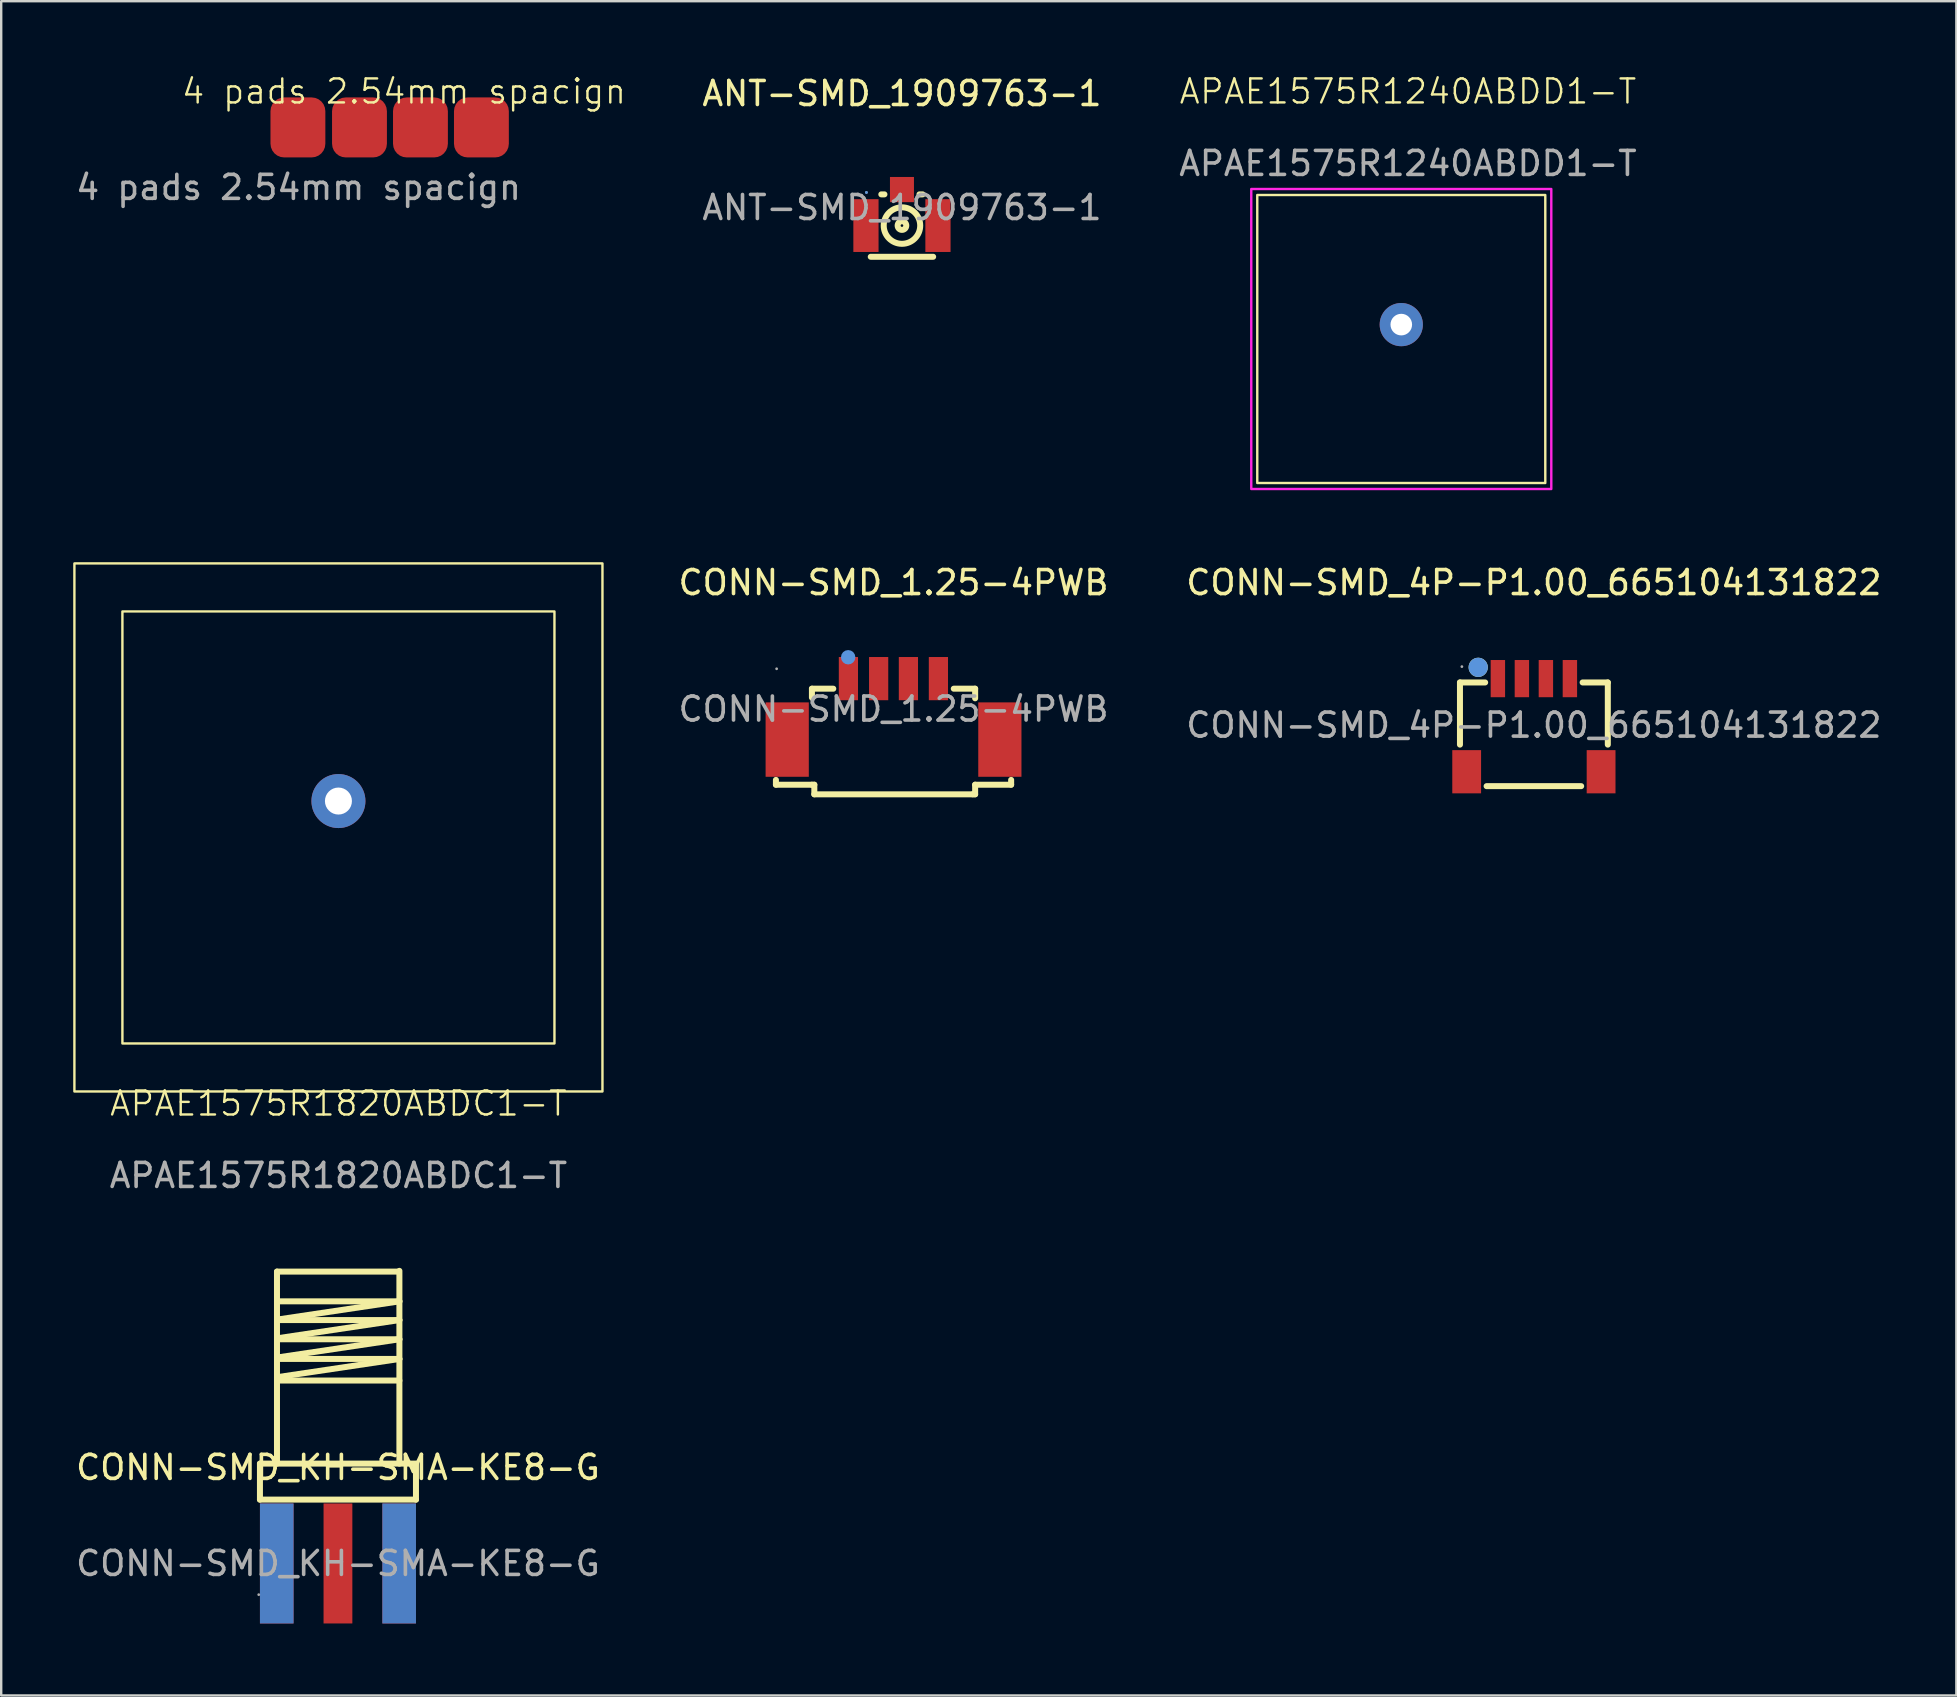
<source format=kicad_pcb>
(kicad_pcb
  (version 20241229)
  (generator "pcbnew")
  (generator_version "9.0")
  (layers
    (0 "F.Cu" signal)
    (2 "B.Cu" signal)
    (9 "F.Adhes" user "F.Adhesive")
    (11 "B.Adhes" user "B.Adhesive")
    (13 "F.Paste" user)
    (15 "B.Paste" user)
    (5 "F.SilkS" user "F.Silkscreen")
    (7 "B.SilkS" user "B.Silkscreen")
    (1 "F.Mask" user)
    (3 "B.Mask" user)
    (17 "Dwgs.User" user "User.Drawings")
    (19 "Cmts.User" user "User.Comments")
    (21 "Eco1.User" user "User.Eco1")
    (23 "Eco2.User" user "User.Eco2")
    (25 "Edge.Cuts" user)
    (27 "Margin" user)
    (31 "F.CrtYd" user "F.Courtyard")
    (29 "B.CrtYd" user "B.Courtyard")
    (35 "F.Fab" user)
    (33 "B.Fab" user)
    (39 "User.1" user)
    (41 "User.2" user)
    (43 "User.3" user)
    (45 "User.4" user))
  (footprint "CONN-SMD_1.25-4PWB"
    (layer "F.Cu")
    (at 34.177 26.493)
    (property "Reference" "CONN-SMD_1.25-4PWB" (at 0 -5.27 0) (layer "F.SilkS") (effects (font (size 1 1) (thickness 0.15))))
    (attr smd)
    (fp_line (start -4.9 2.95) (end -4.9 3.15) (stroke (width 0.25) (type solid)) (layer "F.SilkS"))
    (fp_line (start -4.9 3.15) (end -3.4 3.15) (stroke (width 0.25) (type solid)) (layer "F.SilkS"))
    (fp_line (start -3.4 -0.85) (end -2.51 -0.85) (stroke (width 0.25) (type solid)) (layer "F.SilkS"))
    (fp_line (start -3.4 -0.48) (end -3.4 -0.85) (stroke (width 0.25) (type solid)) (layer "F.SilkS"))
    (fp_line (start -3.4 3.15) (end -3.3 3.15) (stroke (width 0.25) (type solid)) (layer "F.SilkS"))
    (fp_line (start -3.3 3.15) (end -3.3 3.55) (stroke (width 0.25) (type solid)) (layer "F.SilkS"))
    (fp_line (start -3.3 3.55) (end 3.3 3.55) (stroke (width 0.25) (type solid)) (layer "F.SilkS"))
    (fp_line (start 2.51 -0.85) (end 3.4 -0.85) (stroke (width 0.25) (type solid)) (layer "F.SilkS"))
    (fp_line (start 3.3 3.55) (end 3.4 3.55) (stroke (width 0.25) (type solid)) (layer "F.SilkS"))
    (fp_line (start 3.4 -0.85) (end 3.4 -0.45) (stroke (width 0.25) (type solid)) (layer "F.SilkS"))
    (fp_line (start 3.4 3.15) (end 4.9 3.15) (stroke (width 0.25) (type solid)) (layer "F.SilkS"))
    (fp_line (start 3.4 3.55) (end 3.4 3.15) (stroke (width 0.25) (type solid)) (layer "F.SilkS"))
    (fp_line (start 4.9 3.15) (end 4.9 2.95) (stroke (width 0.25) (type solid)) (layer "F.SilkS"))
    (fp_circle (center -1.89 -2.16) (end -1.74 -2.16) (stroke (width 0.3) (type solid)) (fill no) (layer "Cmts.User"))
    (fp_circle (center -4.87 -1.68) (end -4.84 -1.68) (stroke (width 0.06) (type solid)) (fill no) (layer "F.Fab"))
    (fp_text user "${REFERENCE}" (at 0 0 0) (layer "F.Fab") (effects (font (size 1 1) (thickness 0.15))))
    (pad "1" smd rect (at -1.88 -1.27) (size 0.8 1.8) (layers "F.Cu" "F.Mask" "F.Paste"))
    (pad "2" smd rect (at -0.62 -1.27) (size 0.8 1.8) (layers "F.Cu" "F.Mask" "F.Paste"))
    (pad "3" smd rect (at 0.62 -1.27) (size 0.8 1.8) (layers "F.Cu" "F.Mask" "F.Paste"))
    (pad "4" smd rect (at 1.87 -1.27) (size 0.8 1.8) (layers "F.Cu" "F.Mask" "F.Paste"))
    (pad "5" smd rect (at -4.43 1.27) (size 1.8 3.1) (layers "F.Cu" "F.Mask" "F.Paste"))
    (pad "6" smd rect (at 4.43 1.27) (size 1.8 3.1) (layers "F.Cu" "F.Mask" "F.Paste")))
  (footprint "CONN-SMD_4P-P1.00_665104131822"
    (layer "F.Cu")
    (at 60.856 27.163)
    (property "Reference" "CONN-SMD_4P-P1.00_665104131822" (at 0 -5.94 0) (layer "F.SilkS") (effects (font (size 1 1) (thickness 0.15))))
    (attr through_hole)
    (fp_line (start -3.08 -1.78) (end -3.08 0.81) (stroke (width 0.25) (type solid)) (layer "F.SilkS"))
    (fp_line (start -2.03 -1.78) (end -3.08 -1.78) (stroke (width 0.25) (type solid)) (layer "F.SilkS"))
    (fp_line (start -1.97 2.54) (end 1.97 2.54) (stroke (width 0.25) (type solid)) (layer "F.SilkS"))
    (fp_line (start 3.08 -1.78) (end 2.03 -1.78) (stroke (width 0.25) (type solid)) (layer "F.SilkS"))
    (fp_line (start 3.08 0.81) (end 3.08 -1.78) (stroke (width 0.25) (type solid)) (layer "F.SilkS"))
    (fp_circle (center -2.32 -2.41) (end -2.12 -2.41) (stroke (width 0.4) (type solid)) (fill no) (layer "F.SilkS"))
    (fp_circle (center -2.32 -2.41) (end -2.12 -2.41) (stroke (width 0.4) (type solid)) (fill no) (layer "Cmts.User"))
    (fp_circle (center -3 -2.44) (end -2.97 -2.44) (stroke (width 0.06) (type solid)) (fill no) (layer "F.Fab"))
    (fp_text user "${REFERENCE}" (at 0 0 0) (layer "F.Fab") (effects (font (size 1 1) (thickness 0.15))))
    (pad "1" smd rect (at -1.5 -1.94) (size 0.6 1.55) (layers "F.Cu" "F.Mask" "F.Paste"))
    (pad "2" smd rect (at -0.5 -1.94) (size 0.6 1.55) (layers "F.Cu" "F.Mask" "F.Paste"))
    (pad "3" smd rect (at 0.5 -1.94) (size 0.6 1.55) (layers "F.Cu" "F.Mask" "F.Paste"))
    (pad "4" smd rect (at 1.5 -1.94) (size 0.6 1.55) (layers "F.Cu" "F.Mask" "F.Paste"))
    (pad "5" smd rect (at -2.8 1.94) (size 1.2 1.8) (layers "F.Cu" "F.Mask" "F.Paste"))
    (pad "6" smd rect (at 2.8 1.94) (size 1.2 1.8) (layers "F.Cu" "F.Mask" "F.Paste")))
  (footprint "APAE1575R1240ABDD1-T"
    (layer "F.Cu")
    (at 55.331 11.074)
    (property "Reference" "APAE1575R1240ABDD1-T" (at 0.279 -10.314 0) (unlocked yes) (layer "F.SilkS") (effects (font (size 1 1) (thickness 0.1))))
    (attr through_hole)
    (fp_rect (start -6 -6) (end 6 6) (stroke (width 0.1) (type default)) (fill no) (layer "F.SilkS"))
    (fp_rect (start -6.25 -6.25) (end 6.25 6.25) (stroke (width 0.1) (type default)) (fill no) (layer "F.CrtYd"))
    (fp_text user "${REFERENCE}" (at 0.279 -7.314 0) (unlocked yes) (layer "F.Fab") (effects (font (size 1 1) (thickness 0.15))))
    (pad "1" thru_hole circle (at 0 -0.6) (size 1.8 1.8) (drill 0.9) (layers "*.Cu" "*.Mask")))
  (footprint "4 pads 2.54mm spacign"
    (layer "F.Cu")
    (at 9.387 2.259)
    (property "Reference" "4 pads 2.54mm spacign" (at 4.394 -1.499 0) (unlocked yes) (layer "F.SilkS") (effects (font (size 1 1) (thickness 0.1))))
    (attr smd)
    (fp_text user "${REFERENCE}" (at 0 2.5 0) (unlocked yes) (layer "F.Fab") (effects (font (size 1 1) (thickness 0.15))))
    (pad "1" smd roundrect (at -0.025 0) (size 2.286 2.5) (layers "F.Cu" "F.Mask" "F.Paste") (roundrect_rratio 0.25))
    (pad "2" smd roundrect (at 2.54 0) (size 2.286 2.5) (layers "F.Cu" "F.Mask" "F.Paste") (roundrect_rratio 0.25))
    (pad "3" smd roundrect (at 5.08 0) (size 2.286 2.5) (layers "F.Cu" "F.Mask" "F.Paste") (roundrect_rratio 0.25))
    (pad "4" smd roundrect (at 7.62 0) (size 2.286 2.5) (layers "F.Cu" "F.Mask" "F.Paste") (roundrect_rratio 0.25)))
  (footprint "APAE1575R1820ABDC1-T"
    (layer "F.Cu")
    (at 11.05 31.424)
    (property "Reference" "APAE1575R1820ABDC1-T" (at 0 11.5 0) (unlocked yes) (layer "F.SilkS") (effects (font (size 1 1) (thickness 0.1))))
    (attr through_hole)
    (fp_rect (start -11 -11) (end 11 11) (stroke (width 0.1) (type default)) (fill no) (layer "F.SilkS"))
    (fp_rect (start -9 -9) (end 9 9) (stroke (width 0.1) (type default)) (fill no) (layer "F.SilkS"))
    (fp_text user "${REFERENCE}" (at 0 14.5 0) (unlocked yes) (layer "F.Fab") (effects (font (size 1 1) (thickness 0.15))))
    (pad "1" thru_hole circle (at 0 -1.1) (size 2.25 2.25) (drill 1.125) (layers "*.Cu" "*.Mask" "Eco2.User")))
  (footprint "CONN-SMD_KH-SMA-KE8-G"
    (layer "F.Cu")
    (at 11.03 62.088)
    (property "Reference" "CONN-SMD_KH-SMA-KE8-G" (at 0 -4 0) (layer "F.SilkS") (effects (font (size 1 1) (thickness 0.15))))
    (attr smd)
    (fp_line (start -3.25 -4.16) (end 3.18 -4.16) (stroke (width 0.25) (type solid)) (layer "F.SilkS"))
    (fp_line (start -3.25 -2.66) (end -3.25 -4.16) (stroke (width 0.25) (type solid)) (layer "F.SilkS"))
    (fp_line (start -3.25 -2.66) (end 3.25 -2.66) (stroke (width 0.25) (type solid)) (layer "F.SilkS"))
    (fp_line (start -2.54 -12.16) (end 2.54 -12.16) (stroke (width 0.25) (type solid)) (layer "F.SilkS"))
    (fp_line (start -2.54 -10.92) (end 2.56 -10.92) (stroke (width 0.25) (type solid)) (layer "F.SilkS"))
    (fp_line (start -2.54 -10.14) (end 2.56 -10.14) (stroke (width 0.25) (type solid)) (layer "F.SilkS"))
    (fp_line (start -2.54 -9.34) (end 2.56 -9.34) (stroke (width 0.25) (type solid)) (layer "F.SilkS"))
    (fp_line (start -2.54 -8.52) (end 2.56 -8.52) (stroke (width 0.25) (type solid)) (layer "F.SilkS"))
    (fp_line (start -2.54 -7.62) (end 2.56 -7.62) (stroke (width 0.25) (type solid)) (layer "F.SilkS"))
    (fp_line (start -2.54 -4.16) (end -2.54 -12.16) (stroke (width 0.25) (type solid)) (layer "F.SilkS"))
    (fp_line (start 2.56 -10.92) (end -2.54 -10.16) (stroke (width 0.25) (type solid)) (layer "F.SilkS"))
    (fp_line (start 2.56 -10.14) (end -2.54 -9.38) (stroke (width 0.25) (type solid)) (layer "F.SilkS"))
    (fp_line (start 2.56 -9.34) (end -2.54 -8.58) (stroke (width 0.25) (type solid)) (layer "F.SilkS"))
    (fp_line (start 2.56 -8.52) (end -2.54 -7.76) (stroke (width 0.25) (type solid)) (layer "F.SilkS"))
    (fp_line (start 2.56 -4.16) (end 2.56 -12.19) (stroke (width 0.25) (type solid)) (layer "F.SilkS"))
    (fp_line (start 3.25 -2.66) (end 3.25 -4.16) (stroke (width 0.25) (type solid)) (layer "F.SilkS"))
    (fp_circle (center -3.3 1.3) (end -3.27 1.3) (stroke (width 0.06) (type solid)) (fill no) (layer "F.Fab"))
    (fp_text user "${REFERENCE}" (at 0 0 0) (layer "F.Fab") (effects (font (size 1 1) (thickness 0.15))))
    (pad "1" smd rect (at 0 0) (size 1.2 5) (layers "F.Cu" "F.Mask" "F.Paste"))
    (pad "2" smd rect (at -2.55 0) (size 1.4 5) (layers "F.Cu" "F.Mask" "F.Paste"))
    (pad "2" smd rect (at -2.55 0) (size 1.4 5) (layers "B.Cu" "B.Mask" "B.Paste"))
    (pad "2" smd rect (at 2.55 0) (size 1.4 5) (layers "F.Cu" "F.Mask" "F.Paste"))
    (pad "2" smd rect (at 2.55 0) (size 1.4 5) (layers "B.Cu" "B.Mask" "B.Paste")))
  (footprint "ANT-SMD_1909763-1"
    (layer "F.Cu")
    (at 34.528 5.598)
    (property "Reference" "ANT-SMD_1909763-1" (at 0 -4.75 0) (layer "F.SilkS") (effects (font (size 1 1) (thickness 0.15))))
    (attr smd)
    (fp_line (start -0.73 -0.55) (end -0.86 -0.55) (stroke (width 0.25) (type solid)) (layer "F.SilkS"))
    (fp_line (start 0.86 -0.55) (end 0.73 -0.55) (stroke (width 0.25) (type solid)) (layer "F.SilkS"))
    (fp_line (start 1.3 2.05) (end -1.3 2.05) (stroke (width 0.25) (type solid)) (layer "F.SilkS"))
    (fp_circle (center 0 0.75) (end 0.18 0.75) (stroke (width 0.25) (type solid)) (fill no) (layer "F.SilkS"))
    (fp_circle (center 0 0.75) (end 0.76 0.75) (stroke (width 0.25) (type solid)) (fill no) (layer "F.SilkS"))
    (fp_circle (center -1.48 -0.63) (end -1.45 -0.63) (stroke (width 0.06) (type solid)) (fill no) (layer "Cmts.User"))
    (fp_circle (center -1.48 -0.63) (end -1.45 -0.63) (stroke (width 0.06) (type solid)) (fill no) (layer "F.Fab"))
    (fp_text user "${REFERENCE}" (at 0 0 0) (layer "F.Fab") (effects (font (size 1 1) (thickness 0.15))))
    (pad "1" smd rect (at 0 -0.75 180) (size 1 1.05) (layers "F.Cu" "F.Mask" "F.Paste"))
    (pad "2" smd rect (at -1.5 0.75 180) (size 1.05 2.2) (layers "F.Cu" "F.Mask" "F.Paste"))
    (pad "2" smd rect (at 1.5 0.75 180) (size 1.05 2.2) (layers "F.Cu" "F.Mask" "F.Paste")))
  (gr_rect
    (start -3 -3)
    (end 78.457 67.588)
    (stroke (width 0.1) (type default))
    (fill no)
    (layer "Edge.Cuts")))
</source>
